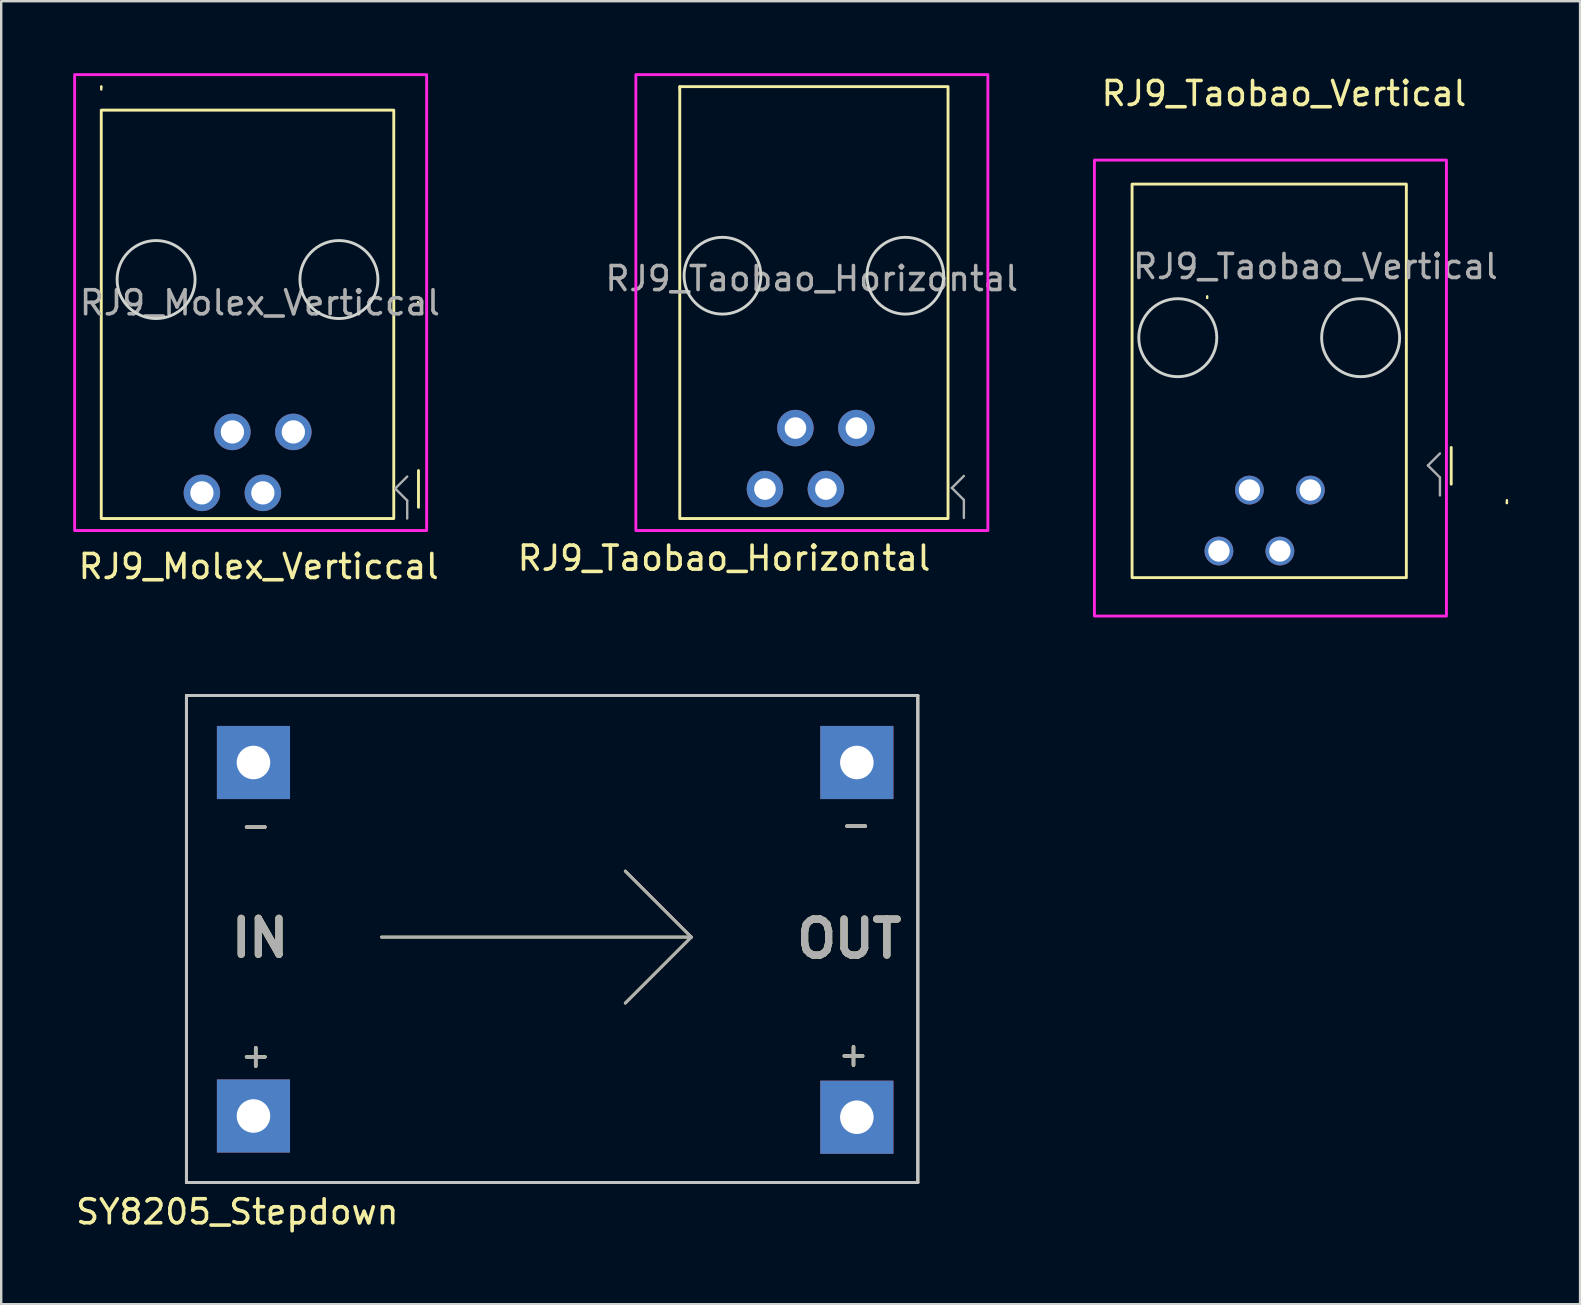
<source format=kicad_pcb>
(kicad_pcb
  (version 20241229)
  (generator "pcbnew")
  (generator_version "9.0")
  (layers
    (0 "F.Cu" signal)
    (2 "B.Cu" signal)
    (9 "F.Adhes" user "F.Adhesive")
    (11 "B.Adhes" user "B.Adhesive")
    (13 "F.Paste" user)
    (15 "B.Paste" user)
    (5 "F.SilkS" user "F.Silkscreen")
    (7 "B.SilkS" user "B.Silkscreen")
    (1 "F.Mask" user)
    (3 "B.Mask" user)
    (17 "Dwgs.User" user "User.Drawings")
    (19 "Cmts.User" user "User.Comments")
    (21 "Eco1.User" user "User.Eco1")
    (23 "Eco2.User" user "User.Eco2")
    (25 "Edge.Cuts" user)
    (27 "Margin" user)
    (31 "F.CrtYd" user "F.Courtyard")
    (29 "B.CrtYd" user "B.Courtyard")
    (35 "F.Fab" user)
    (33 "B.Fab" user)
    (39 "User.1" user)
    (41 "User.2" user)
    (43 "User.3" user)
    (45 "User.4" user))
  (footprint "SY8205_Stepdown"
    (layer "F.Cu")
    (at 4.719 25.933)
    (property "Reference" "SY8205_Stepdown" (at 2.12 21.52 0) (layer "F.SilkS") (effects (font (size 1 1) (thickness 0.15))))
    (attr through_hole)
    (fp_line (start 0 0) (end 0 20.3) (stroke (width 0.12) (type solid)) (layer "F.SilkS"))
    (fp_line (start 0 20.3) (end 30.48 20.3) (stroke (width 0.12) (type solid)) (layer "F.SilkS"))
    (fp_line (start 8.13 10.07) (end 21.04 10.07) (stroke (width 0.12) (type solid)) (layer "F.SilkS"))
    (fp_line (start 21.04 10.07) (end 18.29 7.32) (stroke (width 0.12) (type solid)) (layer "F.SilkS"))
    (fp_line (start 21.04 10.07) (end 18.29 12.82) (stroke (width 0.12) (type solid)) (layer "F.SilkS"))
    (fp_line (start 30.48 0) (end 0 0) (stroke (width 0.12) (type solid)) (layer "F.SilkS"))
    (fp_line (start 30.48 20.3) (end 30.48 0) (stroke (width 0.12) (type solid)) (layer "F.SilkS"))
    (fp_line (start 0 0) (end 0 20.3) (stroke (width 0.12) (type solid)) (layer "Dwgs.User"))
    (fp_line (start 0 0) (end 30.48 0) (stroke (width 0.12) (type solid)) (layer "Dwgs.User"))
    (fp_line (start 0 20.3) (end 30.48 20.3) (stroke (width 0.12) (type solid)) (layer "Dwgs.User"))
    (fp_line (start 30.48 0) (end 30.48 20.3) (stroke (width 0.12) (type solid)) (layer "Dwgs.User"))
    (fp_line (start 0 0) (end 0 20.3) (stroke (width 0.12) (type solid)) (layer "F.Fab"))
    (fp_line (start 0 20.3) (end 30.48 20.3) (stroke (width 0.12) (type solid)) (layer "F.Fab"))
    (fp_line (start 8.13 10.07) (end 21.04 10.07) (stroke (width 0.12) (type solid)) (layer "F.Fab"))
    (fp_line (start 21.04 10.07) (end 18.29 7.32) (stroke (width 0.12) (type solid)) (layer "F.Fab"))
    (fp_line (start 21.04 10.07) (end 18.29 12.82) (stroke (width 0.12) (type solid)) (layer "F.Fab"))
    (fp_line (start 30.48 0) (end 0 0) (stroke (width 0.12) (type solid)) (layer "F.Fab"))
    (fp_line (start 30.48 20.3) (end 30.48 0) (stroke (width 0.12) (type solid)) (layer "F.Fab"))
    (fp_text user "-" (at 2.89 5.41 0) (layer "F.SilkS") (effects (font (size 1 1) (thickness 0.15))))
    (fp_text user "+" (at 2.89 14.99 0) (layer "F.SilkS") (effects (font (size 1 1) (thickness 0.15))))
    (fp_text user "OUT" (at 27.62 10.14 0) (layer "F.SilkS") (effects (font (size 1.5 1.5) (thickness 0.3))))
    (fp_text user "IN" (at 3.07 10.11 0) (layer "F.SilkS") (effects (font (size 1.5 1.5) (thickness 0.3))))
    (fp_text user "-" (at 27.91 5.37 0) (layer "F.SilkS") (effects (font (size 1 1) (thickness 0.15))))
    (fp_text user "+" (at 27.8 14.95 0) (layer "F.SilkS") (effects (font (size 1 1) (thickness 0.15))))
    (fp_text user "+" (at 2.89 14.99 0) (layer "F.Fab") (effects (font (size 1 1) (thickness 0.15))))
    (fp_text user "-" (at 27.91 5.37 0) (layer "F.Fab") (effects (font (size 1 1) (thickness 0.15))))
    (fp_text user "OUT" (at 27.62 10.14 0) (layer "F.Fab") (effects (font (size 1.5 1.5) (thickness 0.3))))
    (fp_text user "IN" (at 3.07 10.11 0) (layer "F.Fab") (effects (font (size 1.5 1.5) (thickness 0.3))))
    (fp_text user "+" (at 27.8 14.95 0) (layer "F.Fab") (effects (font (size 1 1) (thickness 0.15))))
    (fp_text user "-" (at 2.89 5.41 0) (layer "F.Fab") (effects (font (size 1 1) (thickness 0.15))))
    (pad "1" thru_hole rect (at 2.794 2.794) (size 3.048 3.048) (drill 1.397) (layers "*.Cu" "*.Mask"))
    (pad "2" thru_hole rect (at 2.794 17.526) (size 3.048 3.048) (drill 1.397) (layers "*.Cu" "*.Mask"))
    (pad "3" thru_hole rect (at 27.94 2.794) (size 3.048 3.048) (drill 1.397) (layers "*.Cu" "*.Mask"))
    (pad "4" thru_hole rect (at 27.94 17.577) (size 3.048 3.048) (drill 1.397) (layers "*.Cu" "*.Mask")))
  (footprint "RJ9_Taobao_Horizontal"
    (layer "F.Cu")
    (at 31.189 10.56)
    (property "Reference" "RJ9_Taobao_Horizontal" (at -4.064 9.652 0) (unlocked yes) (layer "F.SilkS") (effects (font (size 1 1) (thickness 0.15))))
    (attr through_hole)
    (fp_line (start -5.91 -9.99) (end -5.91 -10) (stroke (width 0.1) (type solid)) (layer "F.SilkS"))
    (fp_line (start -5.91 -9.88) (end -5.91 -10) (stroke (width 0.1) (type solid)) (layer "F.SilkS"))
    (fp_rect (start -5.91 -10) (end 5.27 8) (stroke (width 0.12) (type solid)) (fill no) (layer "F.SilkS"))
    (fp_circle (center -4.13 -2.12) (end -5.73 -2.12) (stroke (width 0.12) (type solid)) (fill no) (layer "Edge.Cuts"))
    (fp_circle (center 3.49 -2.12) (end 1.89 -2.12) (stroke (width 0.12) (type solid)) (fill no) (layer "Edge.Cuts"))
    (fp_rect (start -7.74 -10.5) (end 6.93 8.5) (stroke (width 0.12) (type solid)) (fill no) (layer "F.CrtYd"))
    (fp_line (start 5.43 6.725) (end 5.93 7.225) (stroke (width 0.1) (type solid)) (layer "F.Fab"))
    (fp_line (start 5.93 6.225) (end 5.43 6.725) (stroke (width 0.1) (type solid)) (layer "F.Fab"))
    (fp_line (start 5.93 7.225) (end 5.93 7.975) (stroke (width 0.1) (type solid)) (layer "F.Fab"))
    (fp_text user "${REFERENCE}" (at -0.41 -2 180) (layer "F.Fab") (effects (font (size 1 1) (thickness 0.15))))
    (pad "1" thru_hole circle (at 1.45 4.23 180) (size 1.52 1.52) (drill 0.9) (layers "*.Cu" "*.Mask"))
    (pad "2" thru_hole circle (at 0.18 6.77 180) (size 1.52 1.52) (drill 0.9) (layers "*.Cu" "*.Mask"))
    (pad "3" thru_hole circle (at -1.09 4.23 180) (size 1.52 1.52) (drill 0.9) (layers "*.Cu" "*.Mask"))
    (pad "4" thru_hole circle (at -2.36 6.77 180) (size 1.52 1.52) (drill 0.9) (layers "*.Cu" "*.Mask")))
  (footprint "RJ9_Taobao_Vertical"
    (layer "F.Cu")
    (at 49.959 12.848)
    (property "Reference" "RJ9_Taobao_Vertical" (at 0.5 -12 0) (unlocked yes) (layer "F.SilkS") (effects (font (size 1 1) (thickness 0.15))))
    (attr through_hole)
    (fp_line (start -2.7 -3.55) (end -2.7 -3.48) (stroke (width 0.1) (type solid)) (layer "F.SilkS"))
    (fp_line (start 7.47 2.75) (end 7.47 4.28) (stroke (width 0.12) (type solid)) (layer "F.SilkS"))
    (fp_line (start 9.79 4.945) (end 9.79 5.065) (stroke (width 0.1) (type solid)) (layer "F.SilkS"))
    (fp_line (start 9.79 5.055) (end 9.79 5.065) (stroke (width 0.1) (type solid)) (layer "F.SilkS"))
    (fp_rect (start -5.83 -8.225) (end 5.6 8.175) (stroke (width 0.12) (type solid)) (fill no) (layer "F.SilkS"))
    (fp_circle (center -3.925 -1.825) (end -5.55 -1.825) (stroke (width 0.12) (type solid)) (fill no) (layer "Edge.Cuts"))
    (fp_circle (center 3.695 -1.825) (end 2.07 -1.825) (stroke (width 0.12) (type solid)) (fill no) (layer "Edge.Cuts"))
    (fp_rect (start -7.4 -9.225) (end 7.27 9.775) (stroke (width 0.12) (type solid)) (fill no) (layer "F.CrtYd"))
    (fp_line (start 6.5 3.5) (end 7 4) (stroke (width 0.1) (type solid)) (layer "F.Fab"))
    (fp_line (start 7 3) (end 6.5 3.5) (stroke (width 0.1) (type solid)) (layer "F.Fab"))
    (fp_line (start 7 4) (end 7 4.75) (stroke (width 0.1) (type solid)) (layer "F.Fab"))
    (fp_text user "${REFERENCE}" (at 1.81 -4.79 180) (layer "F.Fab") (effects (font (size 1 1) (thickness 0.15))))
    (pad "1" thru_hole circle (at 1.6 4.525 180) (size 1.2 1.2) (drill 0.89) (layers "*.Cu" "*.Mask"))
    (pad "2" thru_hole circle (at 0.33 7.065 180) (size 1.2 1.2) (drill 0.89) (layers "*.Cu" "*.Mask"))
    (pad "3" thru_hole circle (at -0.94 4.525 180) (size 1.2 1.2) (drill 0.89) (layers "*.Cu" "*.Mask"))
    (pad "4" thru_hole circle (at -2.21 7.065 180) (size 1.2 1.2) (drill 0.89) (layers "*.Cu" "*.Mask")))
  (footprint "RJ9_Molex_Verticcal"
    (layer "F.Cu")
    (at 7.395 10.81)
    (property "Reference" "RJ9_Molex_Verticcal" (at 0.335 9.75 0) (unlocked yes) (layer "F.SilkS") (effects (font (size 1 1) (thickness 0.15))))
    (attr through_hole)
    (fp_line (start -6.225 -10.24) (end -6.225 -10.25) (stroke (width 0.1) (type solid)) (layer "F.SilkS"))
    (fp_line (start -6.225 -10.13) (end -6.225 -10.25) (stroke (width 0.1) (type solid)) (layer "F.SilkS"))
    (fp_line (start 6.975 -1.2) (end 6.975 -1.27) (stroke (width 0.1) (type solid)) (layer "F.SilkS"))
    (fp_line (start 6.995 5.75) (end 6.995 7.28) (stroke (width 0.12) (type solid)) (layer "F.SilkS"))
    (fp_rect (start -6.225 -9.27) (end 5.965 7.75) (stroke (width 0.12) (type solid)) (fill no) (layer "F.SilkS"))
    (fp_circle (center -3.94 -2.21) (end -2.315 -2.21) (stroke (width 0.12) (type solid)) (fill no) (layer "Edge.Cuts"))
    (fp_circle (center 3.68 -2.21) (end 5.305 -2.21) (stroke (width 0.12) (type solid)) (fill no) (layer "Edge.Cuts"))
    (fp_rect (start -7.335 -10.75) (end 7.335 8.25) (stroke (width 0.12) (type solid)) (fill no) (layer "F.CrtYd"))
    (fp_line (start 6.025 6.5) (end 6.525 7) (stroke (width 0.1) (type solid)) (layer "F.Fab"))
    (fp_line (start 6.525 6) (end 6.025 6.5) (stroke (width 0.1) (type solid)) (layer "F.Fab"))
    (fp_line (start 6.525 7) (end 6.525 7.75) (stroke (width 0.1) (type solid)) (layer "F.Fab"))
    (fp_text user "${REFERENCE}" (at 0.385 -1.24 180) (layer "F.Fab") (effects (font (size 1 1) (thickness 0.15))))
    (pad "1" thru_hole circle (at 1.78 4.14 180) (size 1.52 1.52) (drill 0.97) (layers "*.Cu" "*.Mask"))
    (pad "2" thru_hole circle (at 0.51 6.68 180) (size 1.52 1.52) (drill 0.97) (layers "*.Cu" "*.Mask"))
    (pad "3" thru_hole circle (at -0.76 4.14 180) (size 1.52 1.52) (drill 0.97) (layers "*.Cu" "*.Mask"))
    (pad "4" thru_hole circle (at -2.03 6.68 180) (size 1.52 1.52) (drill 0.97) (layers "*.Cu" "*.Mask")))
  (gr_rect
    (start -3 -3)
    (end 62.799 51.301)
    (stroke (width 0.1) (type default))
    (fill no)
    (layer "Edge.Cuts")))
</source>
